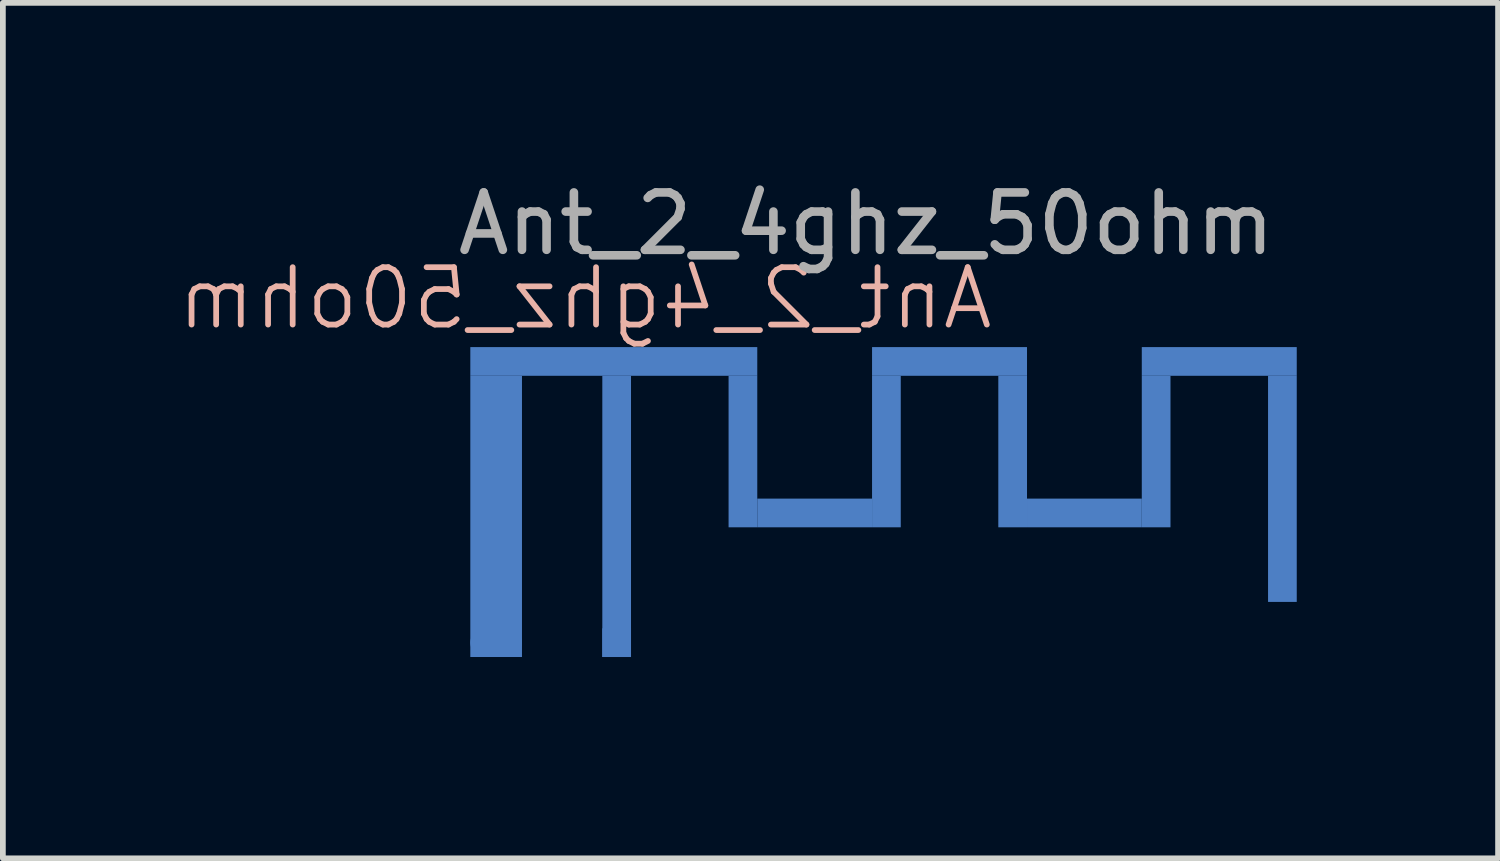
<source format=kicad_pcb>
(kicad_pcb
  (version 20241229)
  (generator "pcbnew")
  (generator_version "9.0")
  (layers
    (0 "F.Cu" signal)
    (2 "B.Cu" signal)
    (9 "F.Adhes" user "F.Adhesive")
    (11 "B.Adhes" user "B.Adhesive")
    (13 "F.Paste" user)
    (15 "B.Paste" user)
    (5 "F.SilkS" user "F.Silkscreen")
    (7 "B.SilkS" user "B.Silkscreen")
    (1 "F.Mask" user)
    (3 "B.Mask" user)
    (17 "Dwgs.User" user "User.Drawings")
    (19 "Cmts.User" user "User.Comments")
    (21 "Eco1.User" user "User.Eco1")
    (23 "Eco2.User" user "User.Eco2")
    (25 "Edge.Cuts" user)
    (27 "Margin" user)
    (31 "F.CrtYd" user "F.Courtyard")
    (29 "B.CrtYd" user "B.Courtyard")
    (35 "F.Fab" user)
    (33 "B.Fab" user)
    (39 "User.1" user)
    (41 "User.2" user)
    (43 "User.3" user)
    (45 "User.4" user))
  (footprint "Ant_2_4ghz_50ohm"
    (layer "F.Cu")
    (at 5.145 3.248)
    (property "Reference" "Ant_2_4ghz_50ohm" (at 2 -1.1 0) (unlocked yes) (layer "B.SilkS") (effects (font (size 1 1) (thickness 0.1)) (justify mirror)))
    (attr smd)
    (fp_line (start -0.5 -0.55) (end -0.5 4.15) (stroke (width 0.1) (type default)) (layer "Margin"))
    (fp_line (start -0.5 -0.55) (end 14.7 -0.55) (stroke (width 0.1) (type default)) (layer "Margin"))
    (fp_line (start -0.5 4.15) (end 14.7 4.15) (stroke (width 0.1) (type default)) (layer "Margin"))
    (fp_line (start 14.7 -0.55) (end 14.7 4.15) (stroke (width 0.1) (type default)) (layer "Margin"))
    (fp_text user "${REFERENCE}" (at 6.9 -2.4 0) (unlocked yes) (layer "F.Fab") (effects (font (size 1 1) (thickness 0.15))))
    (pad "" smd rect (at 2.5 0) (size 5 0.5) (layers "B.Cu"))
    (pad "" smd rect (at 4.75 1.57 90) (size 2.64 0.5) (layers "B.Cu"))
    (pad "" smd rect (at 6 2.64) (size 2 0.5) (layers "B.Cu"))
    (pad "" smd rect (at 7.25 1.57 90) (size 2.64 0.5) (layers "B.Cu"))
    (pad "" smd rect (at 8.35 0) (size 2.7 0.5) (layers "B.Cu"))
    (pad "" smd rect (at 9.45 1.57 90) (size 2.64 0.5) (layers "B.Cu"))
    (pad "" smd rect (at 10.7 2.64) (size 2 0.5) (layers "B.Cu"))
    (pad "" smd rect (at 11.95 1.57 90) (size 2.64 0.5) (layers "B.Cu"))
    (pad "" smd rect (at 13.05 0) (size 2.7 0.5) (layers "B.Cu"))
    (pad "" smd rect (at 14.15 2.22 90) (size 3.94 0.5) (layers "B.Cu"))
    (pad "1" smd rect (at 2.55 2.7 90) (size 4.9 0.5) (layers "B.Cu"))
    (pad "1" smd rect (at 2.55 4.9 90) (size 0.5 0.5) (layers "B.Cu"))
    (pad "2" smd rect (at 0.45 2.7 90) (size 4.9 0.9) (layers "B.Cu"))
    (pad "2" smd oval (at 0.45 4.9 90) (size 0.5 0.9) (layers "B.Cu"))
    (zone (net_name "") (layers "F.Cu" "B.Cu" "Margin") (name "DNP") (hatch edge 0.5) (connect_pads) (min_thickness 0.25) (filled_areas_thickness no) (keepout (tracks not_allowed) (vias not_allowed) (pads not_allowed) (copperpour not_allowed) (footprints not_allowed)) (placement (enabled no)) (fill) (polygon (pts (xy 4.645 2.698) (xy 19.845 2.698) (xy 19.845 7.398) (xy 4.645 7.398))))
    (zone (net_name "") (layer "B.Cu") (name "DNP") (hatch edge 0.5) (connect_pads) (min_thickness 0.25) (filled_areas_thickness no) (keepout (tracks allowed) (vias allowed) (pads allowed) (copperpour not_allowed) (footprints allowed)) (placement (enabled no)) (fill) (polygon (pts (xy 6.188 3.011) (xy 6.32 3.071) (xy 6.429 3.166) (xy 6.507 3.287) (xy 6.548 3.426) (xy 6.553 3.498) (xy 6.553 8.398) (xy 6.533 8.541) (xy 6.473 8.673) (xy 6.378 8.782) (xy 6.256 8.86) (xy 6.118 8.901) (xy 6.045 8.906) (xy 5.145 8.906) (xy 5.002 8.886) (xy 4.871 8.826) (xy 4.761 8.731) (xy 4.683 8.609) (xy 4.642 8.471) (xy 4.637 8.398) (xy 4.637 3.498) (xy 4.658 3.355) (xy 4.718 3.224) (xy 4.813 3.114) (xy 4.934 3.036) (xy 5.073 2.995) (xy 5.145 2.99) (xy 6.045 2.99))))
    (zone (net_name "") (layer "B.Cu") (name "DNP") (hatch edge 0.5) (connect_pads) (min_thickness 0.25) (filled_areas_thickness no) (keepout (tracks allowed) (vias allowed) (pads allowed) (copperpour not_allowed) (footprints allowed)) (placement (enabled no)) (fill) (polygon (pts (xy 19.688 3.011) (xy 19.82 3.071) (xy 19.929 3.166) (xy 20.007 3.287) (xy 20.048 3.426) (xy 20.053 3.498) (xy 20.053 7.438) (xy 20.033 7.581) (xy 19.973 7.713) (xy 19.878 7.822) (xy 19.756 7.9) (xy 19.618 7.941) (xy 19.545 7.946) (xy 19.045 7.946) (xy 18.902 7.926) (xy 18.771 7.866) (xy 18.661 7.771) (xy 18.583 7.649) (xy 18.542 7.511) (xy 18.537 7.438) (xy 18.537 3.498) (xy 18.558 3.355) (xy 18.618 3.224) (xy 18.713 3.114) (xy 18.834 3.036) (xy 18.973 2.995) (xy 19.045 2.99) (xy 19.545 2.99)))))
  (gr_rect
    (start -3 -3)
    (end 23.053 11.906)
    (stroke (width 0.1) (type default))
    (fill no)
    (layer "Edge.Cuts")))
</source>
